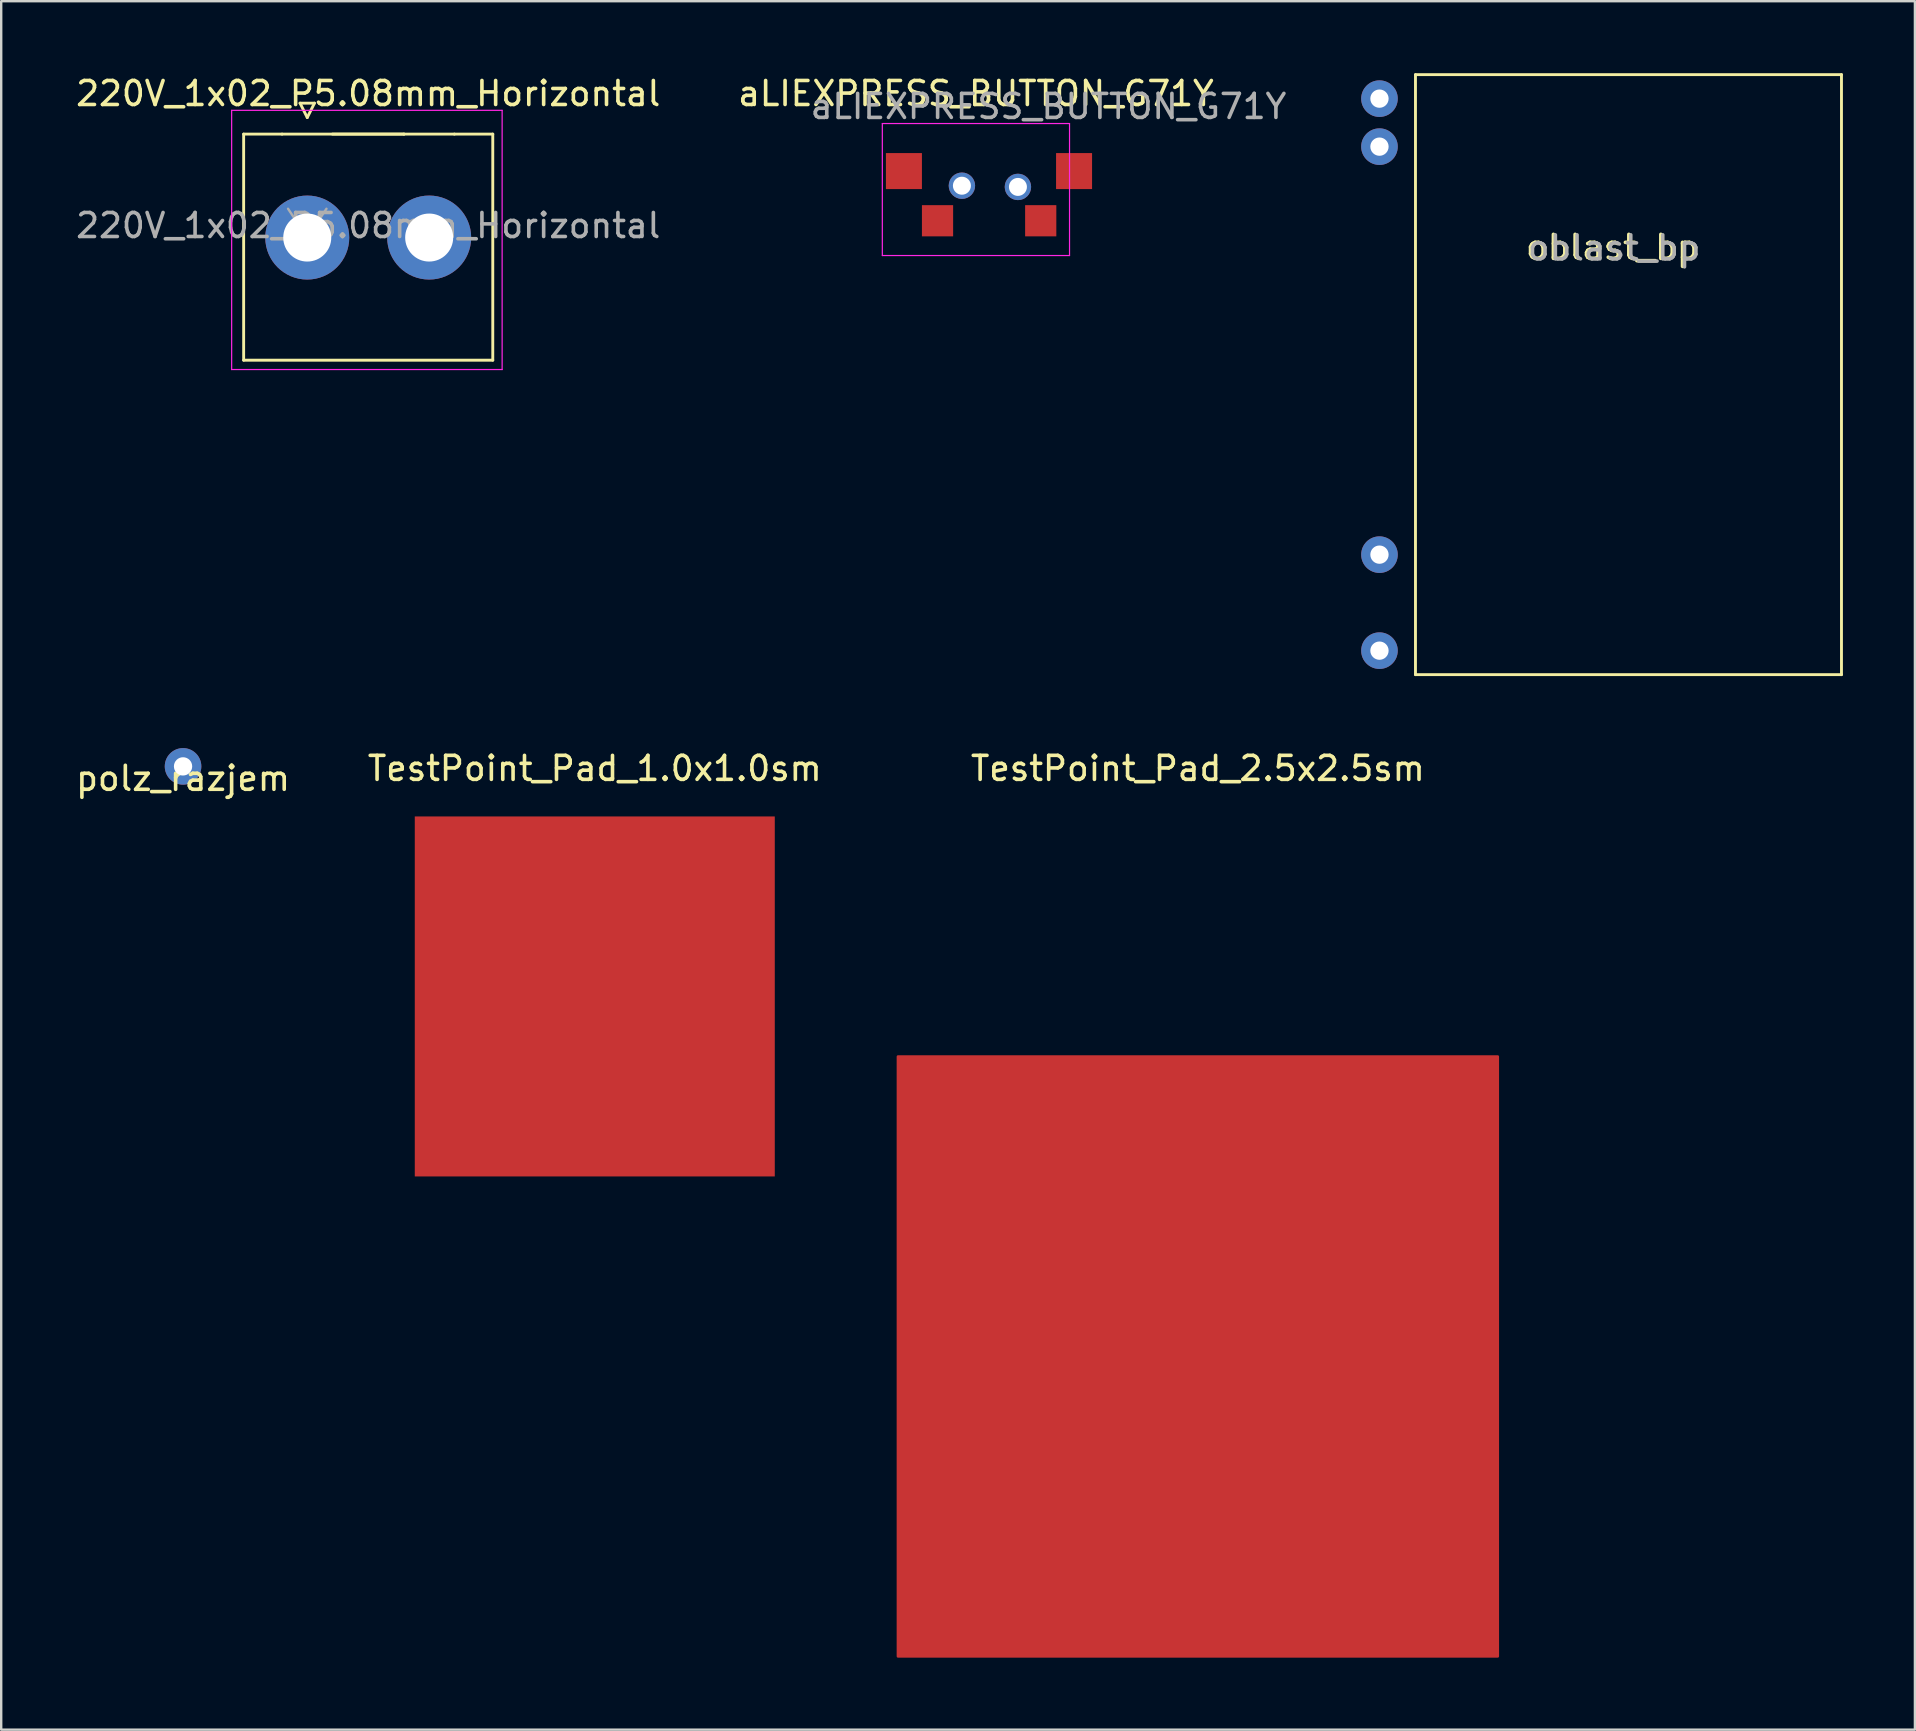
<source format=kicad_pcb>
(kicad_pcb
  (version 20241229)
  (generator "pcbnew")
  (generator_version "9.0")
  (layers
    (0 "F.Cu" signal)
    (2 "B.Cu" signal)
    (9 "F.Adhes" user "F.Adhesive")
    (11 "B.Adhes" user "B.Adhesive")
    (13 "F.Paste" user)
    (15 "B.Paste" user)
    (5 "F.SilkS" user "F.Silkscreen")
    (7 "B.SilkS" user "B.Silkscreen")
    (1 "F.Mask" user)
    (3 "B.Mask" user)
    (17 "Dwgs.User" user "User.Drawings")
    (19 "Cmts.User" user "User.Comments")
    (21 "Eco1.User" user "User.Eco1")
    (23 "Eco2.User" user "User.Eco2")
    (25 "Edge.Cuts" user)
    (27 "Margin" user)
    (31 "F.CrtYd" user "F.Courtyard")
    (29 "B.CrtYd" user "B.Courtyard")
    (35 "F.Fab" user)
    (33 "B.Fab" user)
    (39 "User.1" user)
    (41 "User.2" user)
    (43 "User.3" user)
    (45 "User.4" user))
  (footprint "aLIEXPRESS_BUTTON_G71Y"
    (layer "F.Cu")
    (at 37.613 5.348)
    (property "Reference" "aLIEXPRESS_BUTTON_G71Y" (at 0 -4.5 0) (layer "F.SilkS") (effects (font (size 1 1) (thickness 0.15))))
    (attr smd)
    (fp_line (start -3.9 2.25) (end -3.9 -3.25) (stroke (width 0.05) (type solid)) (layer "F.CrtYd"))
    (fp_line (start 3.9 -3.25) (end -3.9 -3.25) (stroke (width 0.05) (type solid)) (layer "F.CrtYd"))
    (fp_line (start 3.9 2.25) (end -3.9 2.25) (stroke (width 0.05) (type solid)) (layer "F.CrtYd"))
    (fp_line (start 3.9 2.25) (end 3.9 -3.25) (stroke (width 0.05) (type solid)) (layer "F.CrtYd"))
    (fp_text user "${REFERENCE}" (at 3.023 -3.962 0) (layer "F.Fab") (effects (font (size 1 1) (thickness 0.15))))
    (pad "" np_thru_hole circle (at -0.584 -0.66 180) (size 1.1 1.1) (drill 0.75) (layers "*.Cu" "*.Mask"))
    (pad "" np_thru_hole circle (at 1.75 -0.61 180) (size 1.1 1.1) (drill 0.75) (layers "*.Cu" "*.Mask"))
    (pad "1" smd rect (at -1.6 0.8 180) (size 1.3 1.3) (layers "F.Cu" "F.Mask" "F.Paste"))
    (pad "2" smd rect (at 2.7 0.8 180) (size 1.3 1.3) (layers "F.Cu" "F.Mask" "F.Paste"))
    (pad "3" smd rect (at -3 -1.27 180) (size 1.5 1.5) (layers "F.Cu" "F.Mask" "F.Paste"))
    (pad "3" smd rect (at 4.089 -1.27 180) (size 1.5 1.5) (layers "F.Cu" "F.Mask" "F.Paste")))
  (footprint "TestPoint_Pad_1.0x1.0sm"
    (layer "F.Cu")
    (at 21.732 28.468)
    (property "Reference" "TestPoint_Pad_1.0x1.0sm" (at 0 0.5 0) (layer "F.SilkS") (effects (font (size 1 1) (thickness 0.15))))
    (attr through_hole)
    (pad "1" smd custom (at 0 10) (size 15 15) (layers "F.Cu" "F.Mask" "F.Paste") (options (anchor rect)) (primitives (gr_line (start 5 -5) (end 5 5) (width 0.12)) (gr_line (start -5 -5) (end 5 -5) (width 0.12)) (gr_line (start -5 -5) (end -5 5) (width 0.12)) (gr_line (start 5 5) (end -5 5) (width 0.12)))))
  (footprint "220V_1x02_P5.08mm_Horizontal"
    (layer "F.Cu")
    (at 9.752 3.848)
    (property "Reference" "220V_1x02_P5.08mm_Horizontal" (at 2.54 -3 0) (layer "F.SilkS") (effects (font (size 1 1) (thickness 0.15))))
    (attr through_hole)
    (fp_line (start -2.65 -1.31) (end -2.65 8.11) (stroke (width 0.12) (type solid)) (layer "F.SilkS"))
    (fp_line (start -2.65 -1.31) (end -1.05 -1.31) (stroke (width 0.12) (type solid)) (layer "F.SilkS"))
    (fp_line (start -2.65 8.11) (end 7.73 8.11) (stroke (width 0.12) (type solid)) (layer "F.SilkS"))
    (fp_line (start -0.3 -2.6) (end 0.3 -2.6) (stroke (width 0.12) (type solid)) (layer "F.SilkS"))
    (fp_line (start 0 -2) (end -0.3 -2.6) (stroke (width 0.12) (type solid)) (layer "F.SilkS"))
    (fp_line (start 0.3 -2.6) (end 0 -2) (stroke (width 0.12) (type solid)) (layer "F.SilkS"))
    (fp_line (start 1.05 -1.31) (end 4.03 -1.31) (stroke (width 0.12) (type solid)) (layer "F.SilkS"))
    (fp_line (start 4.03 -1.31) (end -1.05 -1.31) (stroke (width 0.12) (type solid)) (layer "F.SilkS"))
    (fp_line (start 6.13 -1.31) (end 4.03 -1.31) (stroke (width 0.12) (type solid)) (layer "F.SilkS"))
    (fp_line (start 7.73 -1.31) (end 6.13 -1.31) (stroke (width 0.12) (type solid)) (layer "F.SilkS"))
    (fp_line (start 7.73 8.11) (end 7.73 -1.31) (stroke (width 0.12) (type solid)) (layer "F.SilkS"))
    (fp_line (start -3.15 -2.3) (end -3.15 8.5) (stroke (width 0.05) (type solid)) (layer "F.CrtYd"))
    (fp_line (start -3.15 8.5) (end 8.12 8.5) (stroke (width 0.05) (type solid)) (layer "F.CrtYd"))
    (fp_line (start 8.12 -2.3) (end -3.15 -2.3) (stroke (width 0.05) (type solid)) (layer "F.CrtYd"))
    (fp_line (start 8.12 8.5) (end 8.12 -2.3) (stroke (width 0.05) (type solid)) (layer "F.CrtYd"))
    (fp_line (start 0 3) (end -0.8 1.8) (stroke (width 0.1) (type solid)) (layer "F.Fab"))
    (fp_line (start 0.8 1.8) (end 0 3) (stroke (width 0.1) (type solid)) (layer "F.Fab"))
    (fp_text user "${REFERENCE}" (at 2.54 2.5 0) (layer "F.Fab") (effects (font (size 1 1) (thickness 0.15))))
    (pad "1" thru_hole circle (at 0 3) (size 3.5 3.5) (drill 2) (layers "*.Cu" "*.Mask"))
    (pad "2" thru_hole circle (at 5.08 3) (size 3.5 3.5) (drill 2) (layers "*.Cu" "*.Mask")))
  (footprint "oblast_bp"
    (layer "F.Cu")
    (at 64.927 12.06)
    (property "Reference" "oblast_bp" (at -0.8 -4.8 0) (layer "F.SilkS") (effects (font (size 1 1) (thickness 0.15))))
    (attr through_hole)
    (fp_line (start -9 -12) (end 8.75 -12) (stroke (width 0.12) (type solid)) (layer "F.SilkS"))
    (fp_line (start -9 13) (end -9 -12) (stroke (width 0.12) (type solid)) (layer "F.SilkS"))
    (fp_line (start 8.75 -12) (end 8.75 13) (stroke (width 0.12) (type solid)) (layer "F.SilkS"))
    (fp_line (start 8.75 13) (end -9 13) (stroke (width 0.12) (type solid)) (layer "F.SilkS"))
    (fp_text user "${REFERENCE}" (at -0.72 -4.78 0) (layer "F.Fab") (effects (font (size 1 1) (thickness 0.15))))
    (pad "1" thru_hole circle (at -10.5 12) (size 1.524 1.524) (drill 0.762) (layers "*.Cu" "*.Mask"))
    (pad "2" thru_hole circle (at -10.5 -9) (size 1.524 1.524) (drill 0.762) (layers "*.Cu" "*.Mask"))
    (pad "3" thru_hole circle (at -10.5 8) (size 1.524 1.524) (drill 0.762) (layers "*.Cu" "*.Mask"))
    (pad "4" thru_hole circle (at -10.5 -11) (size 1.524 1.524) (drill 0.762) (layers "*.Cu" "*.Mask")))
  (footprint "TestPoint_Pad_2.5x2.5sm"
    (layer "F.Cu")
    (at 46.86 53.468)
    (property "Reference" "TestPoint_Pad_2.5x2.5sm" (at 0 -24.5 0) (layer "F.SilkS") (effects (font (size 1 1) (thickness 0.15))))
    (attr through_hole)
    (pad "1" smd custom (at 0 0) (size 25 25) (layers "F.Cu" "F.Mask" "F.Paste") (options (anchor rect)) (primitives (gr_poly (pts (xy 12.5 12.5) (xy -12.5 12.5) (xy -12.5 -12.5) (xy 12.5 -12.5)) (width 0.1) (fill yes)))))
  (footprint "polz_razjem"
    (layer "F.Cu")
    (at 4.577 28.882)
    (property "Reference" "polz_razjem" (at 0 0.5 0) (layer "F.SilkS") (effects (font (size 1 1) (thickness 0.15))))
    (attr through_hole)
    (pad "1" thru_hole circle (at 0 0) (size 1.524 1.524) (drill 0.762) (layers "*.Cu" "*.Mask")))
  (gr_rect
    (start -3 -3)
    (end 76.737 69.018)
    (stroke (width 0.1) (type default))
    (fill no)
    (layer "Edge.Cuts")))
</source>
